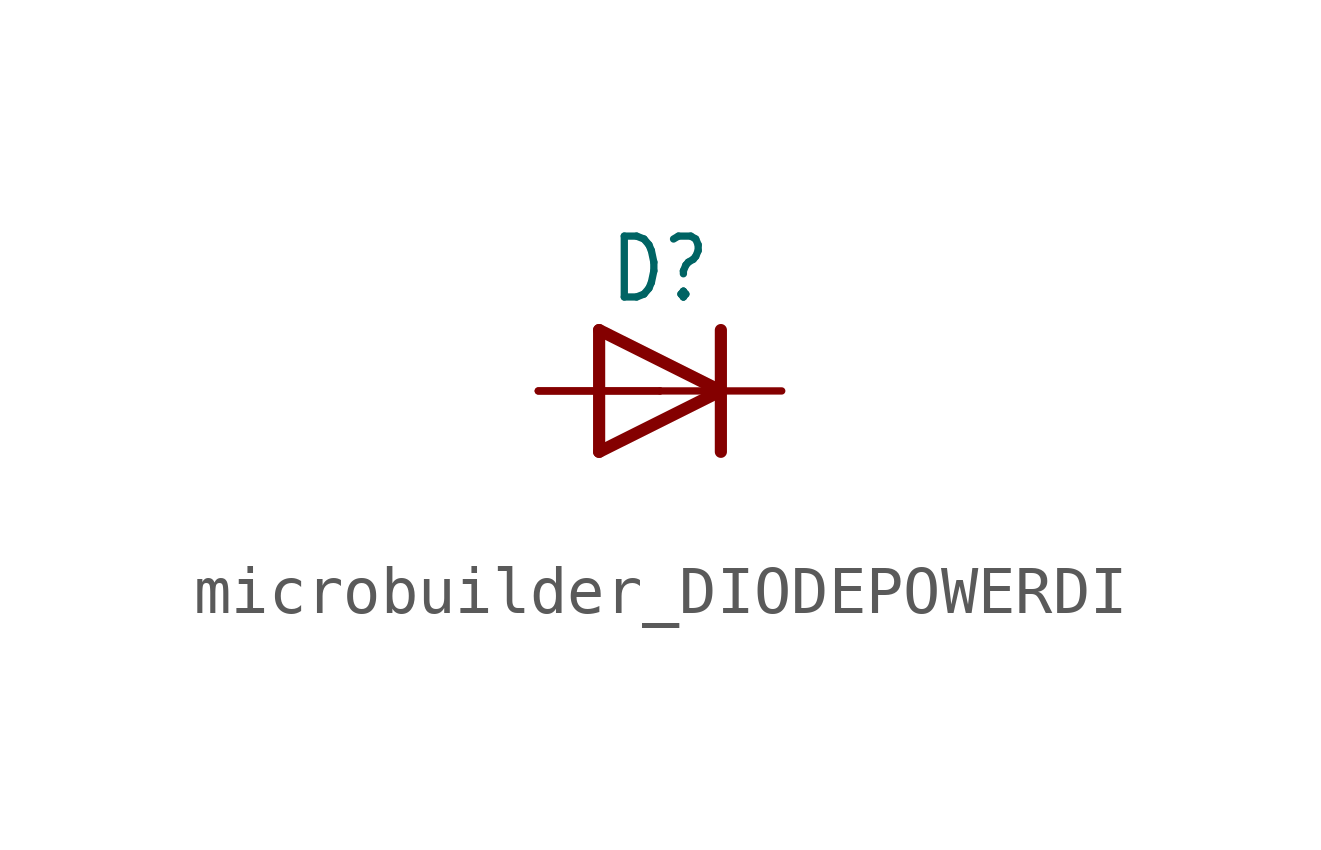
<source format=kicad_sym>
(kicad_symbol_lib
  (version 20241209)
  (generator "kicad_symbol_editor")
  (generator_version "9.0")
  (symbol "microbuilder_DIODEPOWERDI"
    (property "Reference" "D"
      (at 0 2.54 0)
      (effects (font (size 1.27 1.079))))
    (property "Value" ""
      (at 0 -2.5 0)
      (effects (font (size 1.27 1.079))))
    (property "ki_locked" ""
      (at 0 0 0)
      (effects (font (size 1.27 1.27))))
    (symbol "microbuilder_DIODEPOWERDI_1_0"
      (polyline (pts (xy -1.27 1.27) (xy -1.27 -1.27)) (stroke (width 0.254) (type solid)) (fill (type none)))
      (polyline (pts (xy -1.27 -1.27) (xy 1.27 0)) (stroke (width 0.254) (type solid)) (fill (type none)))
      (polyline (pts (xy 1.27 1.27) (xy 1.27 0)) (stroke (width 0.254) (type solid)) (fill (type none)))
      (polyline (pts (xy 1.27 0) (xy -1.27 1.27)) (stroke (width 0.254) (type solid)) (fill (type none)))
      (polyline (pts (xy 1.27 0) (xy 1.27 -1.27)) (stroke (width 0.254) (type solid)) (fill (type none)))
      (pin passive line (at -2.54 0 0) (length 2.54) (name "A" (effects (font (size 0 0)))) (number "A1" (effects (font (size 0 0)))))
      (pin passive line (at -2.54 0 0) (length 2.54) (name "A" (effects (font (size 0 0)))) (number "A2" (effects (font (size 0 0)))))
      (pin passive line (at 2.54 0 180) (length 2.54) (name "C" (effects (font (size 0 0)))) (number "C" (effects (font (size 0 0))))))))
</source>
